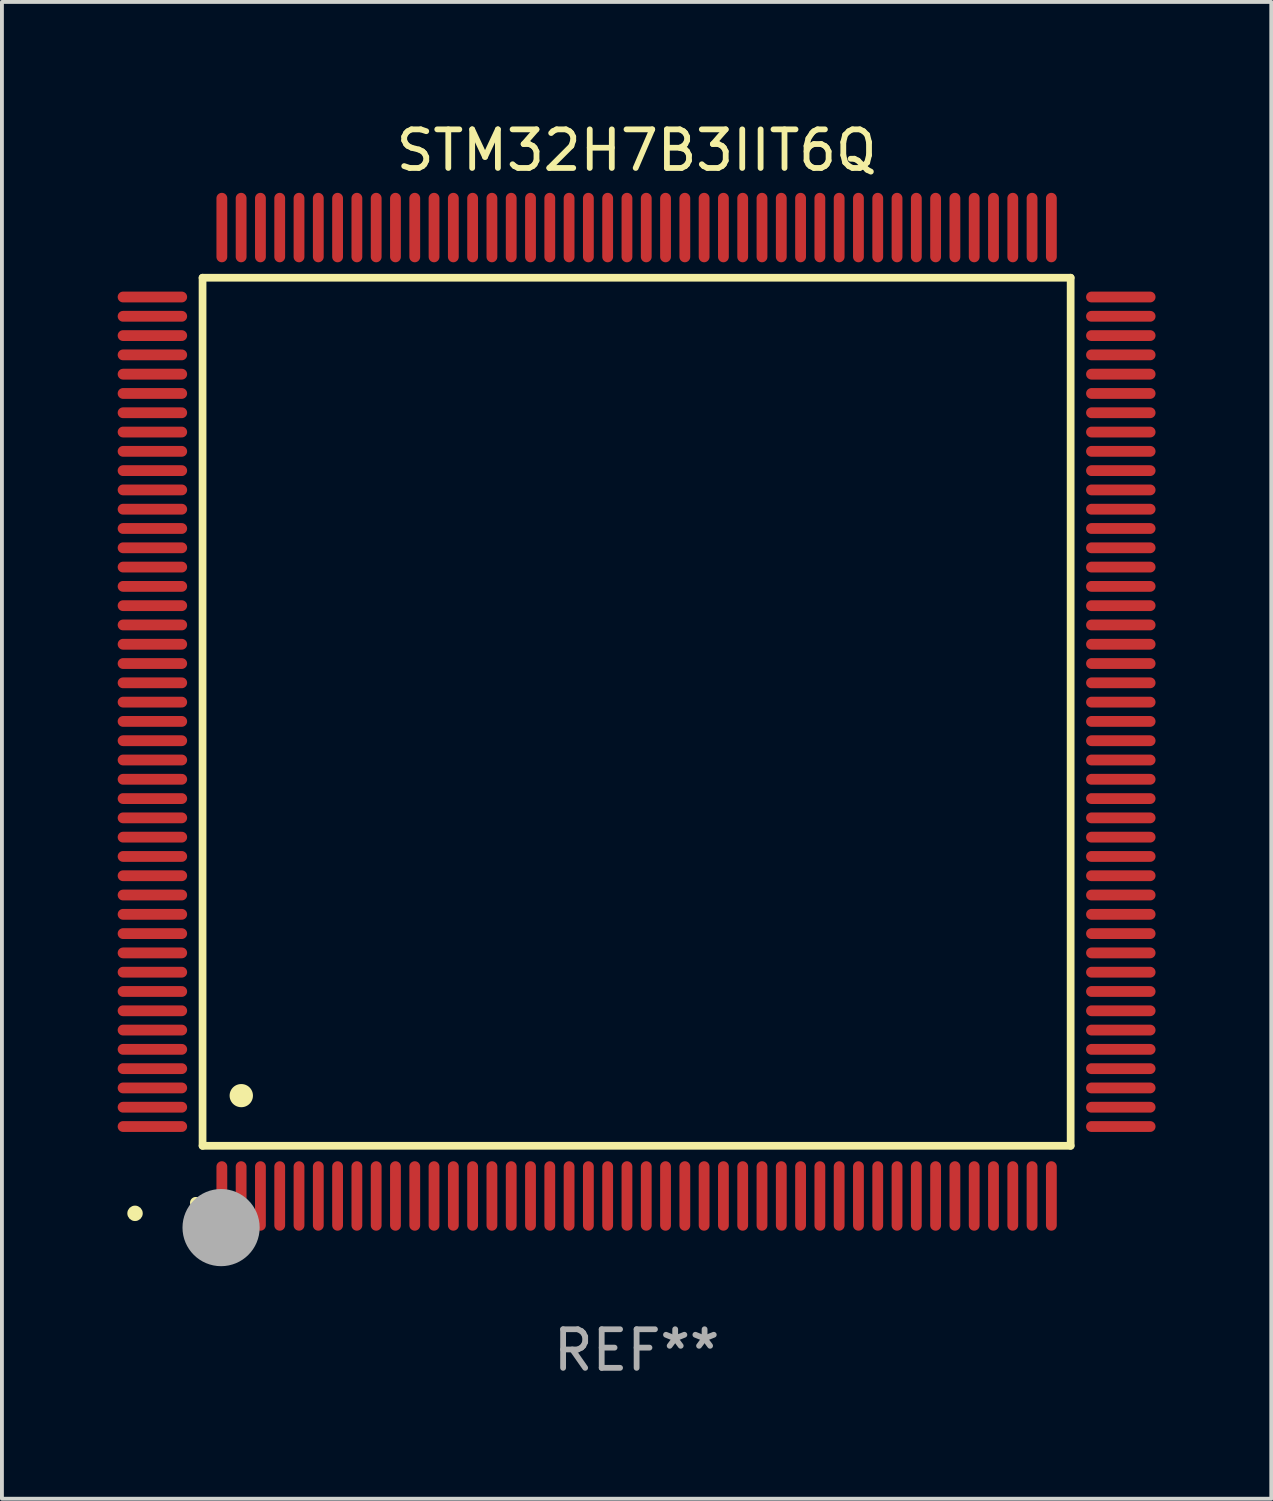
<source format=kicad_pcb>
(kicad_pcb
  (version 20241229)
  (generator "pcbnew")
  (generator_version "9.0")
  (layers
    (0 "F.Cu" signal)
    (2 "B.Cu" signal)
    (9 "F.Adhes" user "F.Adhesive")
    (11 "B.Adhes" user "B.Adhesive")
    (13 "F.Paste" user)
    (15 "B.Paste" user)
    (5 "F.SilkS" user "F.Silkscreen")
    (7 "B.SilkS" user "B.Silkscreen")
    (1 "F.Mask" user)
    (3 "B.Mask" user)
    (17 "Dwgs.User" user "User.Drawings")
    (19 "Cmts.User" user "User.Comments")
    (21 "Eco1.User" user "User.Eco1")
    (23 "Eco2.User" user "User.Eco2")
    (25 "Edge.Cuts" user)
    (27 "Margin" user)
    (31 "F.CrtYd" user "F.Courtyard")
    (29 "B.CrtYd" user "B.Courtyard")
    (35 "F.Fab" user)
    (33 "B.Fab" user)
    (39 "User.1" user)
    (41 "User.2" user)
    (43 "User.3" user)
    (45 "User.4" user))
  (footprint "STM32H7B3IIT6Q"
    (layer "F.Cu")
    (at 13.45 15.398)
    (property "Reference" "STM32H7B3IIT6Q" (at 0 -14.55 0) (layer "F.SilkS") (effects (font (size 1 1) (thickness 0.15))))
    (attr through_hole)
    (fp_line (start -11.25 -11.25) (end 11.25 -11.25) (stroke (width 0.2) (type solid)) (layer "F.SilkS"))
    (fp_line (start -11.25 11.25) (end -11.25 -11.25) (stroke (width 0.2) (type solid)) (layer "F.SilkS"))
    (fp_line (start 11.25 -11.25) (end 11.25 11.25) (stroke (width 0.2) (type solid)) (layer "F.SilkS"))
    (fp_line (start 11.25 11.25) (end -11.25 11.25) (stroke (width 0.2) (type solid)) (layer "F.SilkS"))
    (fp_arc (start -11.424943 12.725425) (mid -11.423673 12.72542) (end -11.422403 12.725425) (stroke (width 0.3) (type solid)) (layer "F.SilkS"))
    (fp_arc (start -10.24892 9.9492) (mid -10.24638 9.949189) (end -10.24384 9.9492) (stroke (width 0.6) (type solid)) (layer "F.SilkS"))
    (fp_circle (center -13 13) (end -12.9 13) (stroke (width 0.2) (type solid)) (fill no) (layer "F.SilkS"))
    (fp_circle (center -10.77 13.37) (end -10.27 13.37) (stroke (width 1) (type solid)) (fill no) (layer "F.Fab"))
    (fp_text user "REF**" (at 0 16.55 0) (layer "F.Fab") (effects (font (size 1 1) (thickness 0.15))))
    (pad "1" smd oval (at -10.75 12.55) (size 0.28 1.8) (layers "F.Cu" "F.Mask" "F.Paste"))
    (pad "2" smd oval (at -10.25 12.55) (size 0.28 1.8) (layers "F.Cu" "F.Mask" "F.Paste"))
    (pad "3" smd oval (at -9.75 12.55) (size 0.28 1.8) (layers "F.Cu" "F.Mask" "F.Paste"))
    (pad "4" smd oval (at -9.25 12.55) (size 0.28 1.8) (layers "F.Cu" "F.Mask" "F.Paste"))
    (pad "5" smd oval (at -8.75 12.55) (size 0.28 1.8) (layers "F.Cu" "F.Mask" "F.Paste"))
    (pad "6" smd oval (at -8.25 12.55) (size 0.28 1.8) (layers "F.Cu" "F.Mask" "F.Paste"))
    (pad "7" smd oval (at -7.75 12.55) (size 0.28 1.8) (layers "F.Cu" "F.Mask" "F.Paste"))
    (pad "8" smd oval (at -7.25 12.55) (size 0.28 1.8) (layers "F.Cu" "F.Mask" "F.Paste"))
    (pad "9" smd oval (at -6.75 12.55) (size 0.28 1.8) (layers "F.Cu" "F.Mask" "F.Paste"))
    (pad "10" smd oval (at -6.25 12.55) (size 0.28 1.8) (layers "F.Cu" "F.Mask" "F.Paste"))
    (pad "11" smd oval (at -5.75 12.55) (size 0.28 1.8) (layers "F.Cu" "F.Mask" "F.Paste"))
    (pad "12" smd oval (at -5.25 12.55) (size 0.28 1.8) (layers "F.Cu" "F.Mask" "F.Paste"))
    (pad "13" smd oval (at -4.75 12.55) (size 0.28 1.8) (layers "F.Cu" "F.Mask" "F.Paste"))
    (pad "14" smd oval (at -4.25 12.55) (size 0.28 1.8) (layers "F.Cu" "F.Mask" "F.Paste"))
    (pad "15" smd oval (at -3.75 12.55) (size 0.28 1.8) (layers "F.Cu" "F.Mask" "F.Paste"))
    (pad "16" smd oval (at -3.25 12.55) (size 0.28 1.8) (layers "F.Cu" "F.Mask" "F.Paste"))
    (pad "17" smd oval (at -2.75 12.55) (size 0.28 1.8) (layers "F.Cu" "F.Mask" "F.Paste"))
    (pad "18" smd oval (at -2.25 12.55) (size 0.28 1.8) (layers "F.Cu" "F.Mask" "F.Paste"))
    (pad "19" smd oval (at -1.75 12.55) (size 0.28 1.8) (layers "F.Cu" "F.Mask" "F.Paste"))
    (pad "20" smd oval (at -1.25 12.55) (size 0.28 1.8) (layers "F.Cu" "F.Mask" "F.Paste"))
    (pad "21" smd oval (at -0.75 12.55) (size 0.28 1.8) (layers "F.Cu" "F.Mask" "F.Paste"))
    (pad "22" smd oval (at -0.25 12.55) (size 0.28 1.8) (layers "F.Cu" "F.Mask" "F.Paste"))
    (pad "23" smd oval (at 0.25 12.55) (size 0.28 1.8) (layers "F.Cu" "F.Mask" "F.Paste"))
    (pad "24" smd oval (at 0.75 12.55) (size 0.28 1.8) (layers "F.Cu" "F.Mask" "F.Paste"))
    (pad "25" smd oval (at 1.25 12.55) (size 0.28 1.8) (layers "F.Cu" "F.Mask" "F.Paste"))
    (pad "26" smd oval (at 1.75 12.55) (size 0.28 1.8) (layers "F.Cu" "F.Mask" "F.Paste"))
    (pad "27" smd oval (at 2.25 12.55) (size 0.28 1.8) (layers "F.Cu" "F.Mask" "F.Paste"))
    (pad "28" smd oval (at 2.75 12.55) (size 0.28 1.8) (layers "F.Cu" "F.Mask" "F.Paste"))
    (pad "29" smd oval (at 3.25 12.55) (size 0.28 1.8) (layers "F.Cu" "F.Mask" "F.Paste"))
    (pad "30" smd oval (at 3.75 12.55) (size 0.28 1.8) (layers "F.Cu" "F.Mask" "F.Paste"))
    (pad "31" smd oval (at 4.25 12.55) (size 0.28 1.8) (layers "F.Cu" "F.Mask" "F.Paste"))
    (pad "32" smd oval (at 4.75 12.55) (size 0.28 1.8) (layers "F.Cu" "F.Mask" "F.Paste"))
    (pad "33" smd oval (at 5.25 12.55) (size 0.28 1.8) (layers "F.Cu" "F.Mask" "F.Paste"))
    (pad "34" smd oval (at 5.75 12.55) (size 0.28 1.8) (layers "F.Cu" "F.Mask" "F.Paste"))
    (pad "35" smd oval (at 6.25 12.55) (size 0.28 1.8) (layers "F.Cu" "F.Mask" "F.Paste"))
    (pad "36" smd oval (at 6.75 12.55) (size 0.28 1.8) (layers "F.Cu" "F.Mask" "F.Paste"))
    (pad "37" smd oval (at 7.25 12.55) (size 0.28 1.8) (layers "F.Cu" "F.Mask" "F.Paste"))
    (pad "38" smd oval (at 7.75 12.55) (size 0.28 1.8) (layers "F.Cu" "F.Mask" "F.Paste"))
    (pad "39" smd oval (at 8.25 12.55) (size 0.28 1.8) (layers "F.Cu" "F.Mask" "F.Paste"))
    (pad "40" smd oval (at 8.75 12.55) (size 0.28 1.8) (layers "F.Cu" "F.Mask" "F.Paste"))
    (pad "41" smd oval (at 9.25 12.55) (size 0.28 1.8) (layers "F.Cu" "F.Mask" "F.Paste"))
    (pad "42" smd oval (at 9.75 12.55) (size 0.28 1.8) (layers "F.Cu" "F.Mask" "F.Paste"))
    (pad "43" smd oval (at 10.25 12.55) (size 0.28 1.8) (layers "F.Cu" "F.Mask" "F.Paste"))
    (pad "44" smd oval (at 10.75 12.55) (size 0.28 1.8) (layers "F.Cu" "F.Mask" "F.Paste"))
    (pad "45" smd oval (at 12.55 10.75) (size 1.8 0.28) (layers "F.Cu" "F.Mask" "F.Paste"))
    (pad "46" smd oval (at 12.55 10.25) (size 1.8 0.28) (layers "F.Cu" "F.Mask" "F.Paste"))
    (pad "47" smd oval (at 12.55 9.75) (size 1.8 0.28) (layers "F.Cu" "F.Mask" "F.Paste"))
    (pad "48" smd oval (at 12.55 9.25) (size 1.8 0.28) (layers "F.Cu" "F.Mask" "F.Paste"))
    (pad "49" smd oval (at 12.55 8.75) (size 1.8 0.28) (layers "F.Cu" "F.Mask" "F.Paste"))
    (pad "50" smd oval (at 12.55 8.25) (size 1.8 0.28) (layers "F.Cu" "F.Mask" "F.Paste"))
    (pad "51" smd oval (at 12.55 7.75) (size 1.8 0.28) (layers "F.Cu" "F.Mask" "F.Paste"))
    (pad "52" smd oval (at 12.55 7.25) (size 1.8 0.28) (layers "F.Cu" "F.Mask" "F.Paste"))
    (pad "53" smd oval (at 12.55 6.75) (size 1.8 0.28) (layers "F.Cu" "F.Mask" "F.Paste"))
    (pad "54" smd oval (at 12.55 6.25) (size 1.8 0.28) (layers "F.Cu" "F.Mask" "F.Paste"))
    (pad "55" smd oval (at 12.55 5.75) (size 1.8 0.28) (layers "F.Cu" "F.Mask" "F.Paste"))
    (pad "56" smd oval (at 12.55 5.25) (size 1.8 0.28) (layers "F.Cu" "F.Mask" "F.Paste"))
    (pad "57" smd oval (at 12.55 4.75) (size 1.8 0.28) (layers "F.Cu" "F.Mask" "F.Paste"))
    (pad "58" smd oval (at 12.55 4.25) (size 1.8 0.28) (layers "F.Cu" "F.Mask" "F.Paste"))
    (pad "59" smd oval (at 12.55 3.75) (size 1.8 0.28) (layers "F.Cu" "F.Mask" "F.Paste"))
    (pad "60" smd oval (at 12.55 3.25) (size 1.8 0.28) (layers "F.Cu" "F.Mask" "F.Paste"))
    (pad "61" smd oval (at 12.55 2.75) (size 1.8 0.28) (layers "F.Cu" "F.Mask" "F.Paste"))
    (pad "62" smd oval (at 12.55 2.25) (size 1.8 0.28) (layers "F.Cu" "F.Mask" "F.Paste"))
    (pad "63" smd oval (at 12.55 1.75) (size 1.8 0.28) (layers "F.Cu" "F.Mask" "F.Paste"))
    (pad "64" smd oval (at 12.55 1.25) (size 1.8 0.28) (layers "F.Cu" "F.Mask" "F.Paste"))
    (pad "65" smd oval (at 12.55 0.75) (size 1.8 0.28) (layers "F.Cu" "F.Mask" "F.Paste"))
    (pad "66" smd oval (at 12.55 0.25) (size 1.8 0.28) (layers "F.Cu" "F.Mask" "F.Paste"))
    (pad "67" smd oval (at 12.55 -0.25) (size 1.8 0.28) (layers "F.Cu" "F.Mask" "F.Paste"))
    (pad "68" smd oval (at 12.55 -0.75) (size 1.8 0.28) (layers "F.Cu" "F.Mask" "F.Paste"))
    (pad "69" smd oval (at 12.55 -1.25) (size 1.8 0.28) (layers "F.Cu" "F.Mask" "F.Paste"))
    (pad "70" smd oval (at 12.55 -1.75) (size 1.8 0.28) (layers "F.Cu" "F.Mask" "F.Paste"))
    (pad "71" smd oval (at 12.55 -2.25) (size 1.8 0.28) (layers "F.Cu" "F.Mask" "F.Paste"))
    (pad "72" smd oval (at 12.55 -2.75) (size 1.8 0.28) (layers "F.Cu" "F.Mask" "F.Paste"))
    (pad "73" smd oval (at 12.55 -3.25) (size 1.8 0.28) (layers "F.Cu" "F.Mask" "F.Paste"))
    (pad "74" smd oval (at 12.55 -3.75) (size 1.8 0.28) (layers "F.Cu" "F.Mask" "F.Paste"))
    (pad "75" smd oval (at 12.55 -4.25) (size 1.8 0.28) (layers "F.Cu" "F.Mask" "F.Paste"))
    (pad "76" smd oval (at 12.55 -4.75) (size 1.8 0.28) (layers "F.Cu" "F.Mask" "F.Paste"))
    (pad "77" smd oval (at 12.55 -5.25) (size 1.8 0.28) (layers "F.Cu" "F.Mask" "F.Paste"))
    (pad "78" smd oval (at 12.55 -5.75) (size 1.8 0.28) (layers "F.Cu" "F.Mask" "F.Paste"))
    (pad "79" smd oval (at 12.55 -6.25) (size 1.8 0.28) (layers "F.Cu" "F.Mask" "F.Paste"))
    (pad "80" smd oval (at 12.55 -6.75) (size 1.8 0.28) (layers "F.Cu" "F.Mask" "F.Paste"))
    (pad "81" smd oval (at 12.55 -7.25) (size 1.8 0.28) (layers "F.Cu" "F.Mask" "F.Paste"))
    (pad "82" smd oval (at 12.55 -7.75) (size 1.8 0.28) (layers "F.Cu" "F.Mask" "F.Paste"))
    (pad "83" smd oval (at 12.55 -8.25) (size 1.8 0.28) (layers "F.Cu" "F.Mask" "F.Paste"))
    (pad "84" smd oval (at 12.55 -8.75) (size 1.8 0.28) (layers "F.Cu" "F.Mask" "F.Paste"))
    (pad "85" smd oval (at 12.55 -9.25) (size 1.8 0.28) (layers "F.Cu" "F.Mask" "F.Paste"))
    (pad "86" smd oval (at 12.55 -9.75) (size 1.8 0.28) (layers "F.Cu" "F.Mask" "F.Paste"))
    (pad "87" smd oval (at 12.55 -10.25) (size 1.8 0.28) (layers "F.Cu" "F.Mask" "F.Paste"))
    (pad "88" smd oval (at 12.55 -10.75) (size 1.8 0.28) (layers "F.Cu" "F.Mask" "F.Paste"))
    (pad "89" smd oval (at 10.75 -12.55) (size 0.28 1.8) (layers "F.Cu" "F.Mask" "F.Paste"))
    (pad "90" smd oval (at 10.25 -12.55) (size 0.28 1.8) (layers "F.Cu" "F.Mask" "F.Paste"))
    (pad "91" smd oval (at 9.75 -12.55) (size 0.28 1.8) (layers "F.Cu" "F.Mask" "F.Paste"))
    (pad "92" smd oval (at 9.25 -12.55) (size 0.28 1.8) (layers "F.Cu" "F.Mask" "F.Paste"))
    (pad "93" smd oval (at 8.75 -12.55) (size 0.28 1.8) (layers "F.Cu" "F.Mask" "F.Paste"))
    (pad "94" smd oval (at 8.25 -12.55) (size 0.28 1.8) (layers "F.Cu" "F.Mask" "F.Paste"))
    (pad "95" smd oval (at 7.75 -12.55) (size 0.28 1.8) (layers "F.Cu" "F.Mask" "F.Paste"))
    (pad "96" smd oval (at 7.25 -12.55) (size 0.28 1.8) (layers "F.Cu" "F.Mask" "F.Paste"))
    (pad "97" smd oval (at 6.75 -12.55) (size 0.28 1.8) (layers "F.Cu" "F.Mask" "F.Paste"))
    (pad "98" smd oval (at 6.25 -12.55) (size 0.28 1.8) (layers "F.Cu" "F.Mask" "F.Paste"))
    (pad "99" smd oval (at 5.75 -12.55) (size 0.28 1.8) (layers "F.Cu" "F.Mask" "F.Paste"))
    (pad "100" smd oval (at 5.25 -12.55) (size 0.28 1.8) (layers "F.Cu" "F.Mask" "F.Paste"))
    (pad "101" smd oval (at 4.75 -12.55) (size 0.28 1.8) (layers "F.Cu" "F.Mask" "F.Paste"))
    (pad "102" smd oval (at 4.25 -12.55) (size 0.28 1.8) (layers "F.Cu" "F.Mask" "F.Paste"))
    (pad "103" smd oval (at 3.75 -12.55) (size 0.28 1.8) (layers "F.Cu" "F.Mask" "F.Paste"))
    (pad "104" smd oval (at 3.25 -12.55) (size 0.28 1.8) (layers "F.Cu" "F.Mask" "F.Paste"))
    (pad "105" smd oval (at 2.75 -12.55) (size 0.28 1.8) (layers "F.Cu" "F.Mask" "F.Paste"))
    (pad "106" smd oval (at 2.25 -12.55) (size 0.28 1.8) (layers "F.Cu" "F.Mask" "F.Paste"))
    (pad "107" smd oval (at 1.75 -12.55) (size 0.28 1.8) (layers "F.Cu" "F.Mask" "F.Paste"))
    (pad "108" smd oval (at 1.25 -12.55) (size 0.28 1.8) (layers "F.Cu" "F.Mask" "F.Paste"))
    (pad "109" smd oval (at 0.75 -12.55) (size 0.28 1.8) (layers "F.Cu" "F.Mask" "F.Paste"))
    (pad "110" smd oval (at 0.25 -12.55) (size 0.28 1.8) (layers "F.Cu" "F.Mask" "F.Paste"))
    (pad "111" smd oval (at -0.25 -12.55) (size 0.28 1.8) (layers "F.Cu" "F.Mask" "F.Paste"))
    (pad "112" smd oval (at -0.75 -12.55) (size 0.28 1.8) (layers "F.Cu" "F.Mask" "F.Paste"))
    (pad "113" smd oval (at -1.25 -12.55) (size 0.28 1.8) (layers "F.Cu" "F.Mask" "F.Paste"))
    (pad "114" smd oval (at -1.75 -12.55) (size 0.28 1.8) (layers "F.Cu" "F.Mask" "F.Paste"))
    (pad "115" smd oval (at -2.25 -12.55) (size 0.28 1.8) (layers "F.Cu" "F.Mask" "F.Paste"))
    (pad "116" smd oval (at -2.75 -12.55) (size 0.28 1.8) (layers "F.Cu" "F.Mask" "F.Paste"))
    (pad "117" smd oval (at -3.25 -12.55) (size 0.28 1.8) (layers "F.Cu" "F.Mask" "F.Paste"))
    (pad "118" smd oval (at -3.75 -12.55) (size 0.28 1.8) (layers "F.Cu" "F.Mask" "F.Paste"))
    (pad "119" smd oval (at -4.25 -12.55) (size 0.28 1.8) (layers "F.Cu" "F.Mask" "F.Paste"))
    (pad "120" smd oval (at -4.75 -12.55) (size 0.28 1.8) (layers "F.Cu" "F.Mask" "F.Paste"))
    (pad "121" smd oval (at -5.25 -12.55) (size 0.28 1.8) (layers "F.Cu" "F.Mask" "F.Paste"))
    (pad "122" smd oval (at -5.75 -12.55) (size 0.28 1.8) (layers "F.Cu" "F.Mask" "F.Paste"))
    (pad "123" smd oval (at -6.25 -12.55) (size 0.28 1.8) (layers "F.Cu" "F.Mask" "F.Paste"))
    (pad "124" smd oval (at -6.75 -12.55) (size 0.28 1.8) (layers "F.Cu" "F.Mask" "F.Paste"))
    (pad "125" smd oval (at -7.25 -12.55) (size 0.28 1.8) (layers "F.Cu" "F.Mask" "F.Paste"))
    (pad "126" smd oval (at -7.75 -12.55) (size 0.28 1.8) (layers "F.Cu" "F.Mask" "F.Paste"))
    (pad "127" smd oval (at -8.25 -12.55) (size 0.28 1.8) (layers "F.Cu" "F.Mask" "F.Paste"))
    (pad "128" smd oval (at -8.75 -12.55) (size 0.28 1.8) (layers "F.Cu" "F.Mask" "F.Paste"))
    (pad "129" smd oval (at -9.25 -12.55) (size 0.28 1.8) (layers "F.Cu" "F.Mask" "F.Paste"))
    (pad "130" smd oval (at -9.75 -12.55) (size 0.28 1.8) (layers "F.Cu" "F.Mask" "F.Paste"))
    (pad "131" smd oval (at -10.25 -12.55) (size 0.28 1.8) (layers "F.Cu" "F.Mask" "F.Paste"))
    (pad "132" smd oval (at -10.75 -12.55) (size 0.28 1.8) (layers "F.Cu" "F.Mask" "F.Paste"))
    (pad "133" smd oval (at -12.55 -10.75) (size 1.8 0.28) (layers "F.Cu" "F.Mask" "F.Paste"))
    (pad "134" smd oval (at -12.55 -10.25) (size 1.8 0.28) (layers "F.Cu" "F.Mask" "F.Paste"))
    (pad "135" smd oval (at -12.55 -9.75) (size 1.8 0.28) (layers "F.Cu" "F.Mask" "F.Paste"))
    (pad "136" smd oval (at -12.55 -9.25) (size 1.8 0.28) (layers "F.Cu" "F.Mask" "F.Paste"))
    (pad "137" smd oval (at -12.55 -8.75) (size 1.8 0.28) (layers "F.Cu" "F.Mask" "F.Paste"))
    (pad "138" smd oval (at -12.55 -8.25) (size 1.8 0.28) (layers "F.Cu" "F.Mask" "F.Paste"))
    (pad "139" smd oval (at -12.55 -7.75) (size 1.8 0.28) (layers "F.Cu" "F.Mask" "F.Paste"))
    (pad "140" smd oval (at -12.55 -7.25) (size 1.8 0.28) (layers "F.Cu" "F.Mask" "F.Paste"))
    (pad "141" smd oval (at -12.55 -6.75) (size 1.8 0.28) (layers "F.Cu" "F.Mask" "F.Paste"))
    (pad "142" smd oval (at -12.55 -6.25) (size 1.8 0.28) (layers "F.Cu" "F.Mask" "F.Paste"))
    (pad "143" smd oval (at -12.55 -5.75) (size 1.8 0.28) (layers "F.Cu" "F.Mask" "F.Paste"))
    (pad "144" smd oval (at -12.55 -5.25) (size 1.8 0.28) (layers "F.Cu" "F.Mask" "F.Paste"))
    (pad "145" smd oval (at -12.55 -4.75) (size 1.8 0.28) (layers "F.Cu" "F.Mask" "F.Paste"))
    (pad "146" smd oval (at -12.55 -4.25) (size 1.8 0.28) (layers "F.Cu" "F.Mask" "F.Paste"))
    (pad "147" smd oval (at -12.55 -3.75) (size 1.8 0.28) (layers "F.Cu" "F.Mask" "F.Paste"))
    (pad "148" smd oval (at -12.55 -3.25) (size 1.8 0.28) (layers "F.Cu" "F.Mask" "F.Paste"))
    (pad "149" smd oval (at -12.55 -2.75) (size 1.8 0.28) (layers "F.Cu" "F.Mask" "F.Paste"))
    (pad "150" smd oval (at -12.55 -2.25) (size 1.8 0.28) (layers "F.Cu" "F.Mask" "F.Paste"))
    (pad "151" smd oval (at -12.55 -1.75) (size 1.8 0.28) (layers "F.Cu" "F.Mask" "F.Paste"))
    (pad "152" smd oval (at -12.55 -1.25) (size 1.8 0.28) (layers "F.Cu" "F.Mask" "F.Paste"))
    (pad "153" smd oval (at -12.55 -0.75) (size 1.8 0.28) (layers "F.Cu" "F.Mask" "F.Paste"))
    (pad "154" smd oval (at -12.55 -0.25) (size 1.8 0.28) (layers "F.Cu" "F.Mask" "F.Paste"))
    (pad "155" smd oval (at -12.55 0.25) (size 1.8 0.28) (layers "F.Cu" "F.Mask" "F.Paste"))
    (pad "156" smd oval (at -12.55 0.75) (size 1.8 0.28) (layers "F.Cu" "F.Mask" "F.Paste"))
    (pad "157" smd oval (at -12.55 1.25) (size 1.8 0.28) (layers "F.Cu" "F.Mask" "F.Paste"))
    (pad "158" smd oval (at -12.55 1.75) (size 1.8 0.28) (layers "F.Cu" "F.Mask" "F.Paste"))
    (pad "159" smd oval (at -12.55 2.25) (size 1.8 0.28) (layers "F.Cu" "F.Mask" "F.Paste"))
    (pad "160" smd oval (at -12.55 2.75) (size 1.8 0.28) (layers "F.Cu" "F.Mask" "F.Paste"))
    (pad "161" smd oval (at -12.55 3.25) (size 1.8 0.28) (layers "F.Cu" "F.Mask" "F.Paste"))
    (pad "162" smd oval (at -12.55 3.75) (size 1.8 0.28) (layers "F.Cu" "F.Mask" "F.Paste"))
    (pad "163" smd oval (at -12.55 4.25) (size 1.8 0.28) (layers "F.Cu" "F.Mask" "F.Paste"))
    (pad "164" smd oval (at -12.55 4.75) (size 1.8 0.28) (layers "F.Cu" "F.Mask" "F.Paste"))
    (pad "165" smd oval (at -12.55 5.25) (size 1.8 0.28) (layers "F.Cu" "F.Mask" "F.Paste"))
    (pad "166" smd oval (at -12.55 5.75) (size 1.8 0.28) (layers "F.Cu" "F.Mask" "F.Paste"))
    (pad "167" smd oval (at -12.55 6.25) (size 1.8 0.28) (layers "F.Cu" "F.Mask" "F.Paste"))
    (pad "168" smd oval (at -12.55 6.75) (size 1.8 0.28) (layers "F.Cu" "F.Mask" "F.Paste"))
    (pad "169" smd oval (at -12.55 7.25) (size 1.8 0.28) (layers "F.Cu" "F.Mask" "F.Paste"))
    (pad "170" smd oval (at -12.55 7.75) (size 1.8 0.28) (layers "F.Cu" "F.Mask" "F.Paste"))
    (pad "171" smd oval (at -12.55 8.25) (size 1.8 0.28) (layers "F.Cu" "F.Mask" "F.Paste"))
    (pad "172" smd oval (at -12.55 8.75) (size 1.8 0.28) (layers "F.Cu" "F.Mask" "F.Paste"))
    (pad "173" smd oval (at -12.55 9.25) (size 1.8 0.28) (layers "F.Cu" "F.Mask" "F.Paste"))
    (pad "174" smd oval (at -12.55 9.75) (size 1.8 0.28) (layers "F.Cu" "F.Mask" "F.Paste"))
    (pad "175" smd oval (at -12.55 10.25) (size 1.8 0.28) (layers "F.Cu" "F.Mask" "F.Paste"))
    (pad "176" smd oval (at -12.55 10.75) (size 1.8 0.28) (layers "F.Cu" "F.Mask" "F.Paste")))
  (gr_rect
    (start -3 -3)
    (end 29.9 35.796)
    (stroke (width 0.1) (type default))
    (fill no)
    (layer "Edge.Cuts")))
</source>
